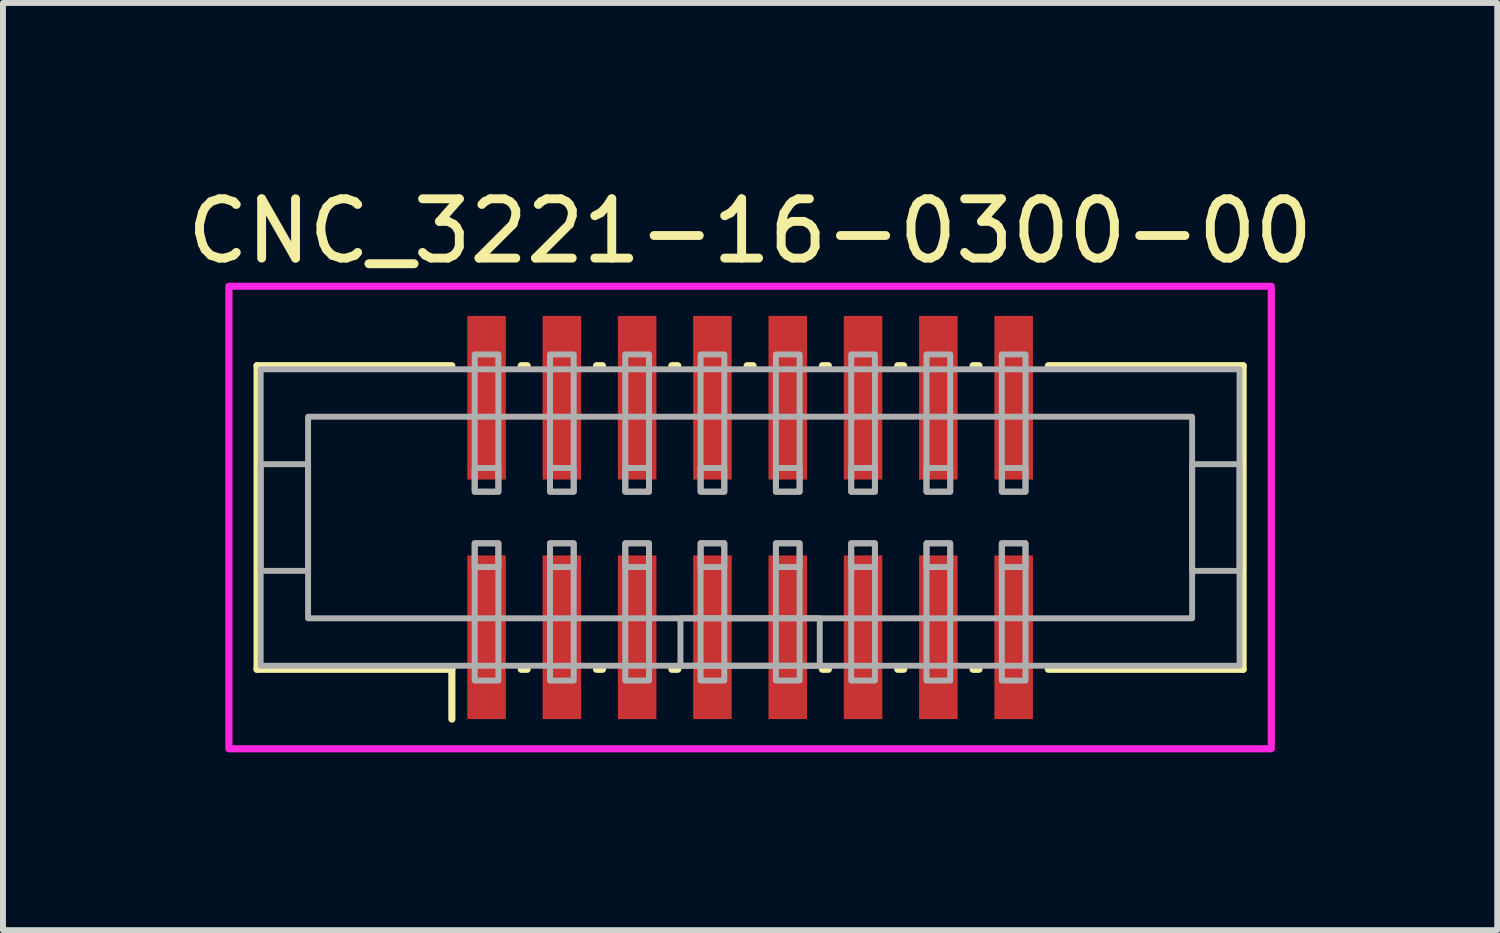
<source format=kicad_pcb>
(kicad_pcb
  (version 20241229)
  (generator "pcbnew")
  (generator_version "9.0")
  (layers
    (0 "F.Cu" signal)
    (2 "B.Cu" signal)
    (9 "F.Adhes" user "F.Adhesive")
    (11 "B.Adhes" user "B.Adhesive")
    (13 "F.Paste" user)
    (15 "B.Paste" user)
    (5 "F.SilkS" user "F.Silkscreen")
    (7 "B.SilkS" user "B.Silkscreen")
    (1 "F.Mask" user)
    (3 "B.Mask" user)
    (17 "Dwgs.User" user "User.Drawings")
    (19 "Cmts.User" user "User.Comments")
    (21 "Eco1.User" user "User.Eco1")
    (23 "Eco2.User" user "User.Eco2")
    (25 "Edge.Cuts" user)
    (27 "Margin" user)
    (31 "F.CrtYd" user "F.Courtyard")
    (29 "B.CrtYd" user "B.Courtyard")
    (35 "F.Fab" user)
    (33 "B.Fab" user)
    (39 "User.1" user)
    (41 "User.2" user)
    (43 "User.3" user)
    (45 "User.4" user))
  (footprint "CNC_3221-16-0300-00"
    (layer "F.Cu")
    (at 9.601 5.678)
    (property "Reference" "CNC_3221-16-0300-00" (at 0 -4.83 0) (unlocked yes) (layer "F.SilkS") (effects (font (size 1 1) (thickness 0.15))))
    (attr smd)
    (fp_line (start -8.315 -2.56) (end -8.315 2.56) (stroke (width 0.12) (type solid)) (layer "F.SilkS"))
    (fp_line (start -8.315 -2.56) (end -5.03 -2.56) (stroke (width 0.12) (type solid)) (layer "F.SilkS"))
    (fp_line (start -8.315 2.56) (end -5.03 2.56) (stroke (width 0.12) (type solid)) (layer "F.SilkS"))
    (fp_line (start -5.03 2.56) (end -5.03 3.4) (stroke (width 0.12) (type solid)) (layer "F.SilkS"))
    (fp_line (start -3.86 -2.56) (end -3.76 -2.56) (stroke (width 0.12) (type solid)) (layer "F.SilkS"))
    (fp_line (start -3.86 2.56) (end -3.76 2.56) (stroke (width 0.12) (type solid)) (layer "F.SilkS"))
    (fp_line (start -2.59 -2.56) (end -2.49 -2.56) (stroke (width 0.12) (type solid)) (layer "F.SilkS"))
    (fp_line (start -2.59 2.56) (end -2.49 2.56) (stroke (width 0.12) (type solid)) (layer "F.SilkS"))
    (fp_line (start -1.32 -2.56) (end -1.22 -2.56) (stroke (width 0.12) (type solid)) (layer "F.SilkS"))
    (fp_line (start -1.32 2.56) (end -1.22 2.56) (stroke (width 0.12) (type solid)) (layer "F.SilkS"))
    (fp_line (start -0.05 -2.56) (end 0.05 -2.56) (stroke (width 0.12) (type solid)) (layer "F.SilkS"))
    (fp_line (start 1.22 -2.56) (end 1.32 -2.56) (stroke (width 0.12) (type solid)) (layer "F.SilkS"))
    (fp_line (start 1.22 2.56) (end 1.32 2.56) (stroke (width 0.12) (type solid)) (layer "F.SilkS"))
    (fp_line (start 2.49 -2.56) (end 2.59 -2.56) (stroke (width 0.12) (type solid)) (layer "F.SilkS"))
    (fp_line (start 2.49 2.56) (end 2.59 2.56) (stroke (width 0.12) (type solid)) (layer "F.SilkS"))
    (fp_line (start 3.76 -2.56) (end 3.86 -2.56) (stroke (width 0.12) (type solid)) (layer "F.SilkS"))
    (fp_line (start 3.76 2.56) (end 3.86 2.56) (stroke (width 0.12) (type solid)) (layer "F.SilkS"))
    (fp_line (start 5.03 -2.56) (end 8.315 -2.56) (stroke (width 0.12) (type solid)) (layer "F.SilkS"))
    (fp_line (start 5.03 2.56) (end 8.315 2.56) (stroke (width 0.12) (type solid)) (layer "F.SilkS"))
    (fp_line (start 8.315 -2.56) (end 8.315 2.56) (stroke (width 0.12) (type solid)) (layer "F.SilkS"))
    (fp_rect (start -8.79 -3.9) (end 8.79 3.9) (stroke (width 0.12) (type solid)) (fill no) (layer "F.CrtYd"))
    (fp_rect (start -8.255 -2.5) (end 8.255 2.5) (stroke (width 0.1) (type solid)) (fill no) (layer "F.Fab"))
    (fp_rect (start -8.255 -0.9) (end -7.455 0.9) (stroke (width 0.1) (type solid)) (fill no) (layer "F.Fab"))
    (fp_rect (start -7.455 -1.7) (end 7.455 1.7) (stroke (width 0.1) (type solid)) (fill no) (layer "F.Fab"))
    (fp_rect (start -4.645 -2.75) (end -4.245 -0.435) (stroke (width 0.1) (type solid)) (fill no) (layer "F.Fab"))
    (fp_rect (start -4.645 -0.835) (end -4.245 -0.435) (stroke (width 0.1) (type solid)) (fill no) (layer "F.Fab"))
    (fp_rect (start -4.645 0.435) (end -4.245 0.835) (stroke (width 0.1) (type solid)) (fill no) (layer "F.Fab"))
    (fp_rect (start -4.645 0.435) (end -4.245 2.75) (stroke (width 0.1) (type solid)) (fill no) (layer "F.Fab"))
    (fp_rect (start -3.375 -2.75) (end -2.975 -0.435) (stroke (width 0.1) (type solid)) (fill no) (layer "F.Fab"))
    (fp_rect (start -3.375 -0.835) (end -2.975 -0.435) (stroke (width 0.1) (type solid)) (fill no) (layer "F.Fab"))
    (fp_rect (start -3.375 0.435) (end -2.975 0.835) (stroke (width 0.1) (type solid)) (fill no) (layer "F.Fab"))
    (fp_rect (start -3.375 0.435) (end -2.975 2.75) (stroke (width 0.1) (type solid)) (fill no) (layer "F.Fab"))
    (fp_rect (start -2.105 -2.75) (end -1.705 -0.435) (stroke (width 0.1) (type solid)) (fill no) (layer "F.Fab"))
    (fp_rect (start -2.105 -0.835) (end -1.705 -0.435) (stroke (width 0.1) (type solid)) (fill no) (layer "F.Fab"))
    (fp_rect (start -2.105 0.435) (end -1.705 0.835) (stroke (width 0.1) (type solid)) (fill no) (layer "F.Fab"))
    (fp_rect (start -2.105 0.435) (end -1.705 2.75) (stroke (width 0.1) (type solid)) (fill no) (layer "F.Fab"))
    (fp_rect (start -1.175 1.7) (end 1.175 2.5) (stroke (width 0.1) (type solid)) (fill no) (layer "F.Fab"))
    (fp_rect (start -0.835 -2.75) (end -0.435 -0.435) (stroke (width 0.1) (type solid)) (fill no) (layer "F.Fab"))
    (fp_rect (start -0.835 -0.835) (end -0.435 -0.435) (stroke (width 0.1) (type solid)) (fill no) (layer "F.Fab"))
    (fp_rect (start -0.835 0.435) (end -0.435 0.835) (stroke (width 0.1) (type solid)) (fill no) (layer "F.Fab"))
    (fp_rect (start -0.835 0.435) (end -0.435 2.75) (stroke (width 0.1) (type solid)) (fill no) (layer "F.Fab"))
    (fp_rect (start 0.435 -2.75) (end 0.835 -0.435) (stroke (width 0.1) (type solid)) (fill no) (layer "F.Fab"))
    (fp_rect (start 0.435 -0.835) (end 0.835 -0.435) (stroke (width 0.1) (type solid)) (fill no) (layer "F.Fab"))
    (fp_rect (start 0.435 0.435) (end 0.835 0.835) (stroke (width 0.1) (type solid)) (fill no) (layer "F.Fab"))
    (fp_rect (start 0.435 0.435) (end 0.835 2.75) (stroke (width 0.1) (type solid)) (fill no) (layer "F.Fab"))
    (fp_rect (start 1.705 -2.75) (end 2.105 -0.435) (stroke (width 0.1) (type solid)) (fill no) (layer "F.Fab"))
    (fp_rect (start 1.705 -0.835) (end 2.105 -0.435) (stroke (width 0.1) (type solid)) (fill no) (layer "F.Fab"))
    (fp_rect (start 1.705 0.435) (end 2.105 0.835) (stroke (width 0.1) (type solid)) (fill no) (layer "F.Fab"))
    (fp_rect (start 1.705 0.435) (end 2.105 2.75) (stroke (width 0.1) (type solid)) (fill no) (layer "F.Fab"))
    (fp_rect (start 2.975 -2.75) (end 3.375 -0.435) (stroke (width 0.1) (type solid)) (fill no) (layer "F.Fab"))
    (fp_rect (start 2.975 -0.835) (end 3.375 -0.435) (stroke (width 0.1) (type solid)) (fill no) (layer "F.Fab"))
    (fp_rect (start 2.975 0.435) (end 3.375 0.835) (stroke (width 0.1) (type solid)) (fill no) (layer "F.Fab"))
    (fp_rect (start 2.975 0.435) (end 3.375 2.75) (stroke (width 0.1) (type solid)) (fill no) (layer "F.Fab"))
    (fp_rect (start 4.245 -2.75) (end 4.645 -0.435) (stroke (width 0.1) (type solid)) (fill no) (layer "F.Fab"))
    (fp_rect (start 4.245 -0.835) (end 4.645 -0.435) (stroke (width 0.1) (type solid)) (fill no) (layer "F.Fab"))
    (fp_rect (start 4.245 0.435) (end 4.645 0.835) (stroke (width 0.1) (type solid)) (fill no) (layer "F.Fab"))
    (fp_rect (start 4.245 0.435) (end 4.645 2.75) (stroke (width 0.1) (type solid)) (fill no) (layer "F.Fab"))
    (fp_rect (start 7.455 -0.9) (end 8.255 0.9) (stroke (width 0.1) (type solid)) (fill no) (layer "F.Fab"))
    (pad "1" smd rect (at -4.445 2.02) (size 0.65 2.76) (layers "F.Cu" "F.Mask" "F.Paste"))
    (pad "2" smd rect (at -4.445 -2.02) (size 0.65 2.76) (layers "F.Cu" "F.Mask" "F.Paste"))
    (pad "3" smd rect (at -3.175 2.02) (size 0.65 2.76) (layers "F.Cu" "F.Mask" "F.Paste"))
    (pad "4" smd rect (at -3.175 -2.02) (size 0.65 2.76) (layers "F.Cu" "F.Mask" "F.Paste"))
    (pad "5" smd rect (at -1.905 2.02) (size 0.65 2.76) (layers "F.Cu" "F.Mask" "F.Paste"))
    (pad "6" smd rect (at -1.905 -2.02) (size 0.65 2.76) (layers "F.Cu" "F.Mask" "F.Paste"))
    (pad "7" smd rect (at -0.635 2.02) (size 0.65 2.76) (layers "F.Cu" "F.Mask" "F.Paste"))
    (pad "8" smd rect (at -0.635 -2.02) (size 0.65 2.76) (layers "F.Cu" "F.Mask" "F.Paste"))
    (pad "9" smd rect (at 0.635 2.02) (size 0.65 2.76) (layers "F.Cu" "F.Mask" "F.Paste"))
    (pad "10" smd rect (at 0.635 -2.02) (size 0.65 2.76) (layers "F.Cu" "F.Mask" "F.Paste"))
    (pad "11" smd rect (at 1.905 2.02) (size 0.65 2.76) (layers "F.Cu" "F.Mask" "F.Paste"))
    (pad "12" smd rect (at 1.905 -2.02) (size 0.65 2.76) (layers "F.Cu" "F.Mask" "F.Paste"))
    (pad "13" smd rect (at 3.175 2.02) (size 0.65 2.76) (layers "F.Cu" "F.Mask" "F.Paste"))
    (pad "14" smd rect (at 3.175 -2.02) (size 0.65 2.76) (layers "F.Cu" "F.Mask" "F.Paste"))
    (pad "15" smd rect (at 4.445 2.02) (size 0.65 2.76) (layers "F.Cu" "F.Mask" "F.Paste"))
    (pad "16" smd rect (at 4.445 -2.02) (size 0.65 2.76) (layers "F.Cu" "F.Mask" "F.Paste")))
  (gr_rect
    (start -3 -3)
    (end 22.202 12.638)
    (stroke (width 0.1) (type default))
    (fill no)
    (layer "Edge.Cuts")))
</source>
